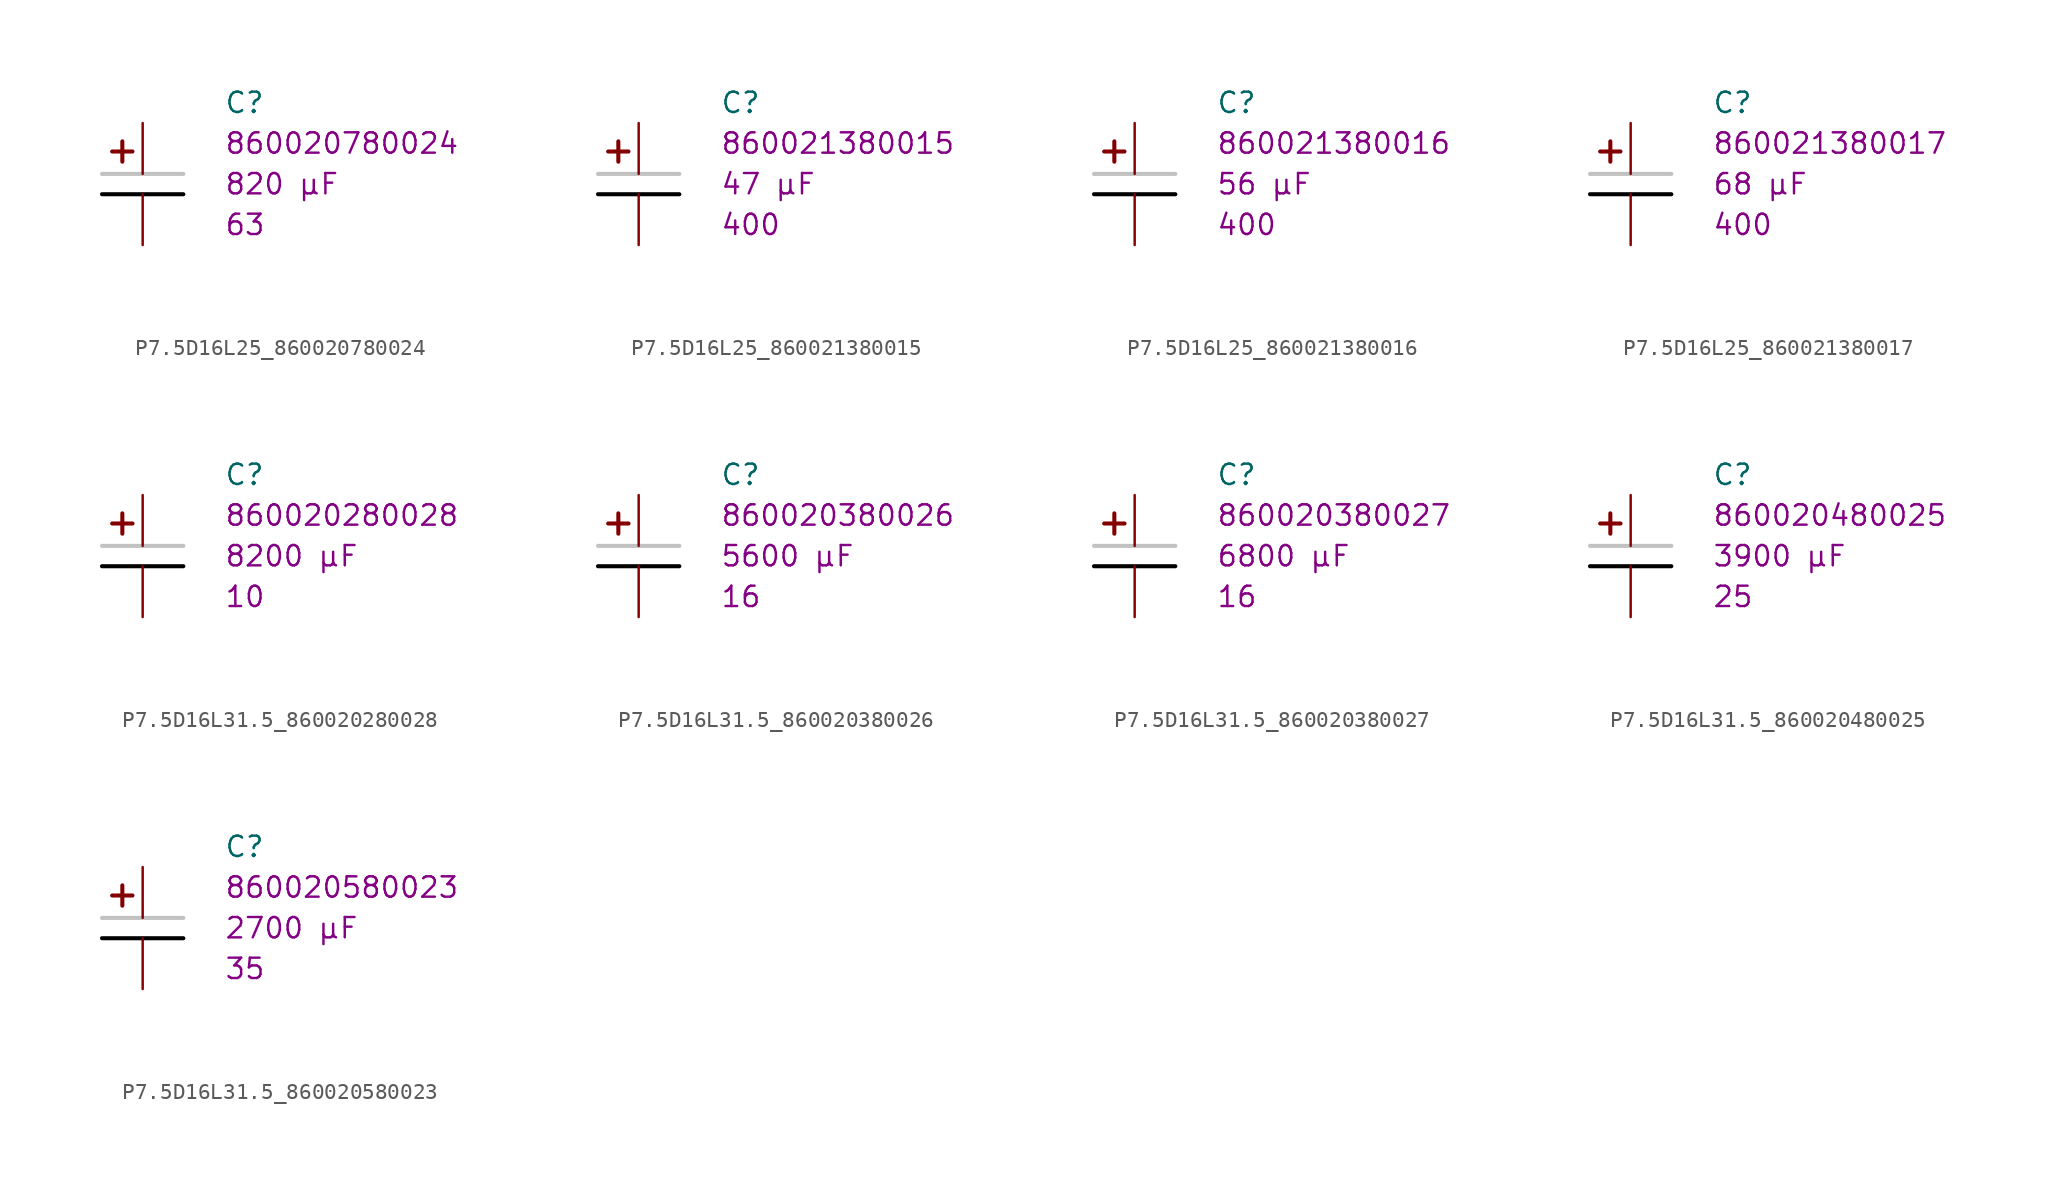
<source format=kicad_sym>
(kicad_symbol_lib
  (version 20220914)
  (generator kicad_symbol_editor)
  (symbol "P7.5D16L25_860020780024"
    (pin_numbers hide)
    (pin_names hide)
    (property "Reference" "C"
      (at 5.08 5.08 0)
      (effects (font (size 1.27 1.27)) (justify left)))
    (property "Part Number" "860020780024"
      (at 5.08 2.54 0)
      (effects (font (size 1.27 1.27)) (justify left)))
    (property "Capacitance" "820 µF"
      (at 5.08 0 0)
      (effects (font (size 1.27 1.27)) (justify left)))
    (property "Voltage" "63"
      (at 5.08 -2.54 0)
      (effects (font (size 1.27 1.27)) (justify left)))
    (property "Critical Parameter" ""
      (at 0 -7.62 0)
      (effects (font (size 1.27 1.27))))
    (symbol "P7.5D16L25_860020780024_1_1"
      (polyline (pts (xy -1.27 2.667) (xy -1.27 1.397)) (stroke (width 0.254) (type default)) (fill (type none)))
      (polyline (pts (xy -0.635 2.032) (xy -1.905 2.032)) (stroke (width 0.254) (type default)) (fill (type none)))
      (polyline (pts (xy 2.54 -0.635) (xy -2.54 -0.635)) (stroke (width 0.254) (type default) (color 0 0 0 1)) (fill (type none)))
      (polyline (pts (xy 2.54 0.635) (xy -2.54 0.635)) (stroke (width 0.254) (type default) (color 194 194 194 1)) (fill (type none)))
      (pin passive line (at 0 3.81 270) (length 3.175) (name "1" (effects (font (size 1.27 1.27)))) (number "1" (effects (font (size 1.27 1.27)))))
      (pin passive line (at 0 -3.81 90) (length 3.175) (name "2" (effects (font (size 1.27 1.27)))) (number "2" (effects (font (size 1.27 1.27)))))))
  (symbol "P7.5D16L25_860021380015"
    (pin_numbers hide)
    (pin_names hide)
    (property "Reference" "C"
      (at 5.08 5.08 0)
      (effects (font (size 1.27 1.27)) (justify left)))
    (property "Part Number" "860021380015"
      (at 5.08 2.54 0)
      (effects (font (size 1.27 1.27)) (justify left)))
    (property "Capacitance" "47 µF"
      (at 5.08 0 0)
      (effects (font (size 1.27 1.27)) (justify left)))
    (property "Voltage" "400"
      (at 5.08 -2.54 0)
      (effects (font (size 1.27 1.27)) (justify left)))
    (property "Critical Parameter" ""
      (at 0 -7.62 0)
      (effects (font (size 1.27 1.27))))
    (symbol "P7.5D16L25_860021380015_1_1"
      (polyline (pts (xy -1.27 2.667) (xy -1.27 1.397)) (stroke (width 0.254) (type default)) (fill (type none)))
      (polyline (pts (xy -0.635 2.032) (xy -1.905 2.032)) (stroke (width 0.254) (type default)) (fill (type none)))
      (polyline (pts (xy 2.54 -0.635) (xy -2.54 -0.635)) (stroke (width 0.254) (type default) (color 0 0 0 1)) (fill (type none)))
      (polyline (pts (xy 2.54 0.635) (xy -2.54 0.635)) (stroke (width 0.254) (type default) (color 194 194 194 1)) (fill (type none)))
      (pin passive line (at 0 3.81 270) (length 3.175) (name "1" (effects (font (size 1.27 1.27)))) (number "1" (effects (font (size 1.27 1.27)))))
      (pin passive line (at 0 -3.81 90) (length 3.175) (name "2" (effects (font (size 1.27 1.27)))) (number "2" (effects (font (size 1.27 1.27)))))))
  (symbol "P7.5D16L25_860021380016"
    (pin_numbers hide)
    (pin_names hide)
    (property "Reference" "C"
      (at 5.08 5.08 0)
      (effects (font (size 1.27 1.27)) (justify left)))
    (property "Part Number" "860021380016"
      (at 5.08 2.54 0)
      (effects (font (size 1.27 1.27)) (justify left)))
    (property "Capacitance" "56 µF"
      (at 5.08 0 0)
      (effects (font (size 1.27 1.27)) (justify left)))
    (property "Voltage" "400"
      (at 5.08 -2.54 0)
      (effects (font (size 1.27 1.27)) (justify left)))
    (property "Critical Parameter" ""
      (at 0 -7.62 0)
      (effects (font (size 1.27 1.27))))
    (symbol "P7.5D16L25_860021380016_1_1"
      (polyline (pts (xy -1.27 2.667) (xy -1.27 1.397)) (stroke (width 0.254) (type default)) (fill (type none)))
      (polyline (pts (xy -0.635 2.032) (xy -1.905 2.032)) (stroke (width 0.254) (type default)) (fill (type none)))
      (polyline (pts (xy 2.54 -0.635) (xy -2.54 -0.635)) (stroke (width 0.254) (type default) (color 0 0 0 1)) (fill (type none)))
      (polyline (pts (xy 2.54 0.635) (xy -2.54 0.635)) (stroke (width 0.254) (type default) (color 194 194 194 1)) (fill (type none)))
      (pin passive line (at 0 3.81 270) (length 3.175) (name "1" (effects (font (size 1.27 1.27)))) (number "1" (effects (font (size 1.27 1.27)))))
      (pin passive line (at 0 -3.81 90) (length 3.175) (name "2" (effects (font (size 1.27 1.27)))) (number "2" (effects (font (size 1.27 1.27)))))))
  (symbol "P7.5D16L25_860021380017"
    (pin_numbers hide)
    (pin_names hide)
    (property "Reference" "C"
      (at 5.08 5.08 0)
      (effects (font (size 1.27 1.27)) (justify left)))
    (property "Part Number" "860021380017"
      (at 5.08 2.54 0)
      (effects (font (size 1.27 1.27)) (justify left)))
    (property "Capacitance" "68 µF"
      (at 5.08 0 0)
      (effects (font (size 1.27 1.27)) (justify left)))
    (property "Voltage" "400"
      (at 5.08 -2.54 0)
      (effects (font (size 1.27 1.27)) (justify left)))
    (property "Critical Parameter" ""
      (at 0 -7.62 0)
      (effects (font (size 1.27 1.27))))
    (symbol "P7.5D16L25_860021380017_1_1"
      (polyline (pts (xy -1.27 2.667) (xy -1.27 1.397)) (stroke (width 0.254) (type default)) (fill (type none)))
      (polyline (pts (xy -0.635 2.032) (xy -1.905 2.032)) (stroke (width 0.254) (type default)) (fill (type none)))
      (polyline (pts (xy 2.54 -0.635) (xy -2.54 -0.635)) (stroke (width 0.254) (type default) (color 0 0 0 1)) (fill (type none)))
      (polyline (pts (xy 2.54 0.635) (xy -2.54 0.635)) (stroke (width 0.254) (type default) (color 194 194 194 1)) (fill (type none)))
      (pin passive line (at 0 3.81 270) (length 3.175) (name "1" (effects (font (size 1.27 1.27)))) (number "1" (effects (font (size 1.27 1.27)))))
      (pin passive line (at 0 -3.81 90) (length 3.175) (name "2" (effects (font (size 1.27 1.27)))) (number "2" (effects (font (size 1.27 1.27)))))))
  (symbol "P7.5D16L31.5_860020280028"
    (pin_numbers hide)
    (pin_names hide)
    (property "Reference" "C"
      (at 5.08 5.08 0)
      (effects (font (size 1.27 1.27)) (justify left)))
    (property "Part Number" "860020280028"
      (at 5.08 2.54 0)
      (effects (font (size 1.27 1.27)) (justify left)))
    (property "Capacitance" "8200 µF"
      (at 5.08 0 0)
      (effects (font (size 1.27 1.27)) (justify left)))
    (property "Voltage" "10"
      (at 5.08 -2.54 0)
      (effects (font (size 1.27 1.27)) (justify left)))
    (property "Critical Parameter" ""
      (at 0 -7.62 0)
      (effects (font (size 1.27 1.27))))
    (symbol "P7.5D16L31.5_860020280028_1_1"
      (polyline (pts (xy -1.27 2.667) (xy -1.27 1.397)) (stroke (width 0.254) (type default)) (fill (type none)))
      (polyline (pts (xy -0.635 2.032) (xy -1.905 2.032)) (stroke (width 0.254) (type default)) (fill (type none)))
      (polyline (pts (xy 2.54 -0.635) (xy -2.54 -0.635)) (stroke (width 0.254) (type default) (color 0 0 0 1)) (fill (type none)))
      (polyline (pts (xy 2.54 0.635) (xy -2.54 0.635)) (stroke (width 0.254) (type default) (color 194 194 194 1)) (fill (type none)))
      (pin passive line (at 0 3.81 270) (length 3.175) (name "1" (effects (font (size 1.27 1.27)))) (number "1" (effects (font (size 1.27 1.27)))))
      (pin passive line (at 0 -3.81 90) (length 3.175) (name "2" (effects (font (size 1.27 1.27)))) (number "2" (effects (font (size 1.27 1.27)))))))
  (symbol "P7.5D16L31.5_860020380026"
    (pin_numbers hide)
    (pin_names hide)
    (property "Reference" "C"
      (at 5.08 5.08 0)
      (effects (font (size 1.27 1.27)) (justify left)))
    (property "Part Number" "860020380026"
      (at 5.08 2.54 0)
      (effects (font (size 1.27 1.27)) (justify left)))
    (property "Capacitance" "5600 µF"
      (at 5.08 0 0)
      (effects (font (size 1.27 1.27)) (justify left)))
    (property "Voltage" "16"
      (at 5.08 -2.54 0)
      (effects (font (size 1.27 1.27)) (justify left)))
    (property "Critical Parameter" ""
      (at 0 -7.62 0)
      (effects (font (size 1.27 1.27))))
    (symbol "P7.5D16L31.5_860020380026_1_1"
      (polyline (pts (xy -1.27 2.667) (xy -1.27 1.397)) (stroke (width 0.254) (type default)) (fill (type none)))
      (polyline (pts (xy -0.635 2.032) (xy -1.905 2.032)) (stroke (width 0.254) (type default)) (fill (type none)))
      (polyline (pts (xy 2.54 -0.635) (xy -2.54 -0.635)) (stroke (width 0.254) (type default) (color 0 0 0 1)) (fill (type none)))
      (polyline (pts (xy 2.54 0.635) (xy -2.54 0.635)) (stroke (width 0.254) (type default) (color 194 194 194 1)) (fill (type none)))
      (pin passive line (at 0 3.81 270) (length 3.175) (name "1" (effects (font (size 1.27 1.27)))) (number "1" (effects (font (size 1.27 1.27)))))
      (pin passive line (at 0 -3.81 90) (length 3.175) (name "2" (effects (font (size 1.27 1.27)))) (number "2" (effects (font (size 1.27 1.27)))))))
  (symbol "P7.5D16L31.5_860020380027"
    (pin_numbers hide)
    (pin_names hide)
    (property "Reference" "C"
      (at 5.08 5.08 0)
      (effects (font (size 1.27 1.27)) (justify left)))
    (property "Part Number" "860020380027"
      (at 5.08 2.54 0)
      (effects (font (size 1.27 1.27)) (justify left)))
    (property "Capacitance" "6800 µF"
      (at 5.08 0 0)
      (effects (font (size 1.27 1.27)) (justify left)))
    (property "Voltage" "16"
      (at 5.08 -2.54 0)
      (effects (font (size 1.27 1.27)) (justify left)))
    (property "Critical Parameter" ""
      (at 0 -7.62 0)
      (effects (font (size 1.27 1.27))))
    (symbol "P7.5D16L31.5_860020380027_1_1"
      (polyline (pts (xy -1.27 2.667) (xy -1.27 1.397)) (stroke (width 0.254) (type default)) (fill (type none)))
      (polyline (pts (xy -0.635 2.032) (xy -1.905 2.032)) (stroke (width 0.254) (type default)) (fill (type none)))
      (polyline (pts (xy 2.54 -0.635) (xy -2.54 -0.635)) (stroke (width 0.254) (type default) (color 0 0 0 1)) (fill (type none)))
      (polyline (pts (xy 2.54 0.635) (xy -2.54 0.635)) (stroke (width 0.254) (type default) (color 194 194 194 1)) (fill (type none)))
      (pin passive line (at 0 3.81 270) (length 3.175) (name "1" (effects (font (size 1.27 1.27)))) (number "1" (effects (font (size 1.27 1.27)))))
      (pin passive line (at 0 -3.81 90) (length 3.175) (name "2" (effects (font (size 1.27 1.27)))) (number "2" (effects (font (size 1.27 1.27)))))))
  (symbol "P7.5D16L31.5_860020480025"
    (pin_numbers hide)
    (pin_names hide)
    (property "Reference" "C"
      (at 5.08 5.08 0)
      (effects (font (size 1.27 1.27)) (justify left)))
    (property "Part Number" "860020480025"
      (at 5.08 2.54 0)
      (effects (font (size 1.27 1.27)) (justify left)))
    (property "Capacitance" "3900 µF"
      (at 5.08 0 0)
      (effects (font (size 1.27 1.27)) (justify left)))
    (property "Voltage" "25"
      (at 5.08 -2.54 0)
      (effects (font (size 1.27 1.27)) (justify left)))
    (property "Critical Parameter" ""
      (at 0 -7.62 0)
      (effects (font (size 1.27 1.27))))
    (symbol "P7.5D16L31.5_860020480025_1_1"
      (polyline (pts (xy -1.27 2.667) (xy -1.27 1.397)) (stroke (width 0.254) (type default)) (fill (type none)))
      (polyline (pts (xy -0.635 2.032) (xy -1.905 2.032)) (stroke (width 0.254) (type default)) (fill (type none)))
      (polyline (pts (xy 2.54 -0.635) (xy -2.54 -0.635)) (stroke (width 0.254) (type default) (color 0 0 0 1)) (fill (type none)))
      (polyline (pts (xy 2.54 0.635) (xy -2.54 0.635)) (stroke (width 0.254) (type default) (color 194 194 194 1)) (fill (type none)))
      (pin passive line (at 0 3.81 270) (length 3.175) (name "1" (effects (font (size 1.27 1.27)))) (number "1" (effects (font (size 1.27 1.27)))))
      (pin passive line (at 0 -3.81 90) (length 3.175) (name "2" (effects (font (size 1.27 1.27)))) (number "2" (effects (font (size 1.27 1.27)))))))
  (symbol "P7.5D16L31.5_860020580023"
    (pin_numbers hide)
    (pin_names hide)
    (property "Reference" "C"
      (at 5.08 5.08 0)
      (effects (font (size 1.27 1.27)) (justify left)))
    (property "Part Number" "860020580023"
      (at 5.08 2.54 0)
      (effects (font (size 1.27 1.27)) (justify left)))
    (property "Capacitance" "2700 µF"
      (at 5.08 0 0)
      (effects (font (size 1.27 1.27)) (justify left)))
    (property "Voltage" "35"
      (at 5.08 -2.54 0)
      (effects (font (size 1.27 1.27)) (justify left)))
    (property "Critical Parameter" ""
      (at 0 -7.62 0)
      (effects (font (size 1.27 1.27))))
    (symbol "P7.5D16L31.5_860020580023_1_1"
      (polyline (pts (xy -1.27 2.667) (xy -1.27 1.397)) (stroke (width 0.254) (type default)) (fill (type none)))
      (polyline (pts (xy -0.635 2.032) (xy -1.905 2.032)) (stroke (width 0.254) (type default)) (fill (type none)))
      (polyline (pts (xy 2.54 -0.635) (xy -2.54 -0.635)) (stroke (width 0.254) (type default) (color 0 0 0 1)) (fill (type none)))
      (polyline (pts (xy 2.54 0.635) (xy -2.54 0.635)) (stroke (width 0.254) (type default) (color 194 194 194 1)) (fill (type none)))
      (pin passive line (at 0 3.81 270) (length 3.175) (name "1" (effects (font (size 1.27 1.27)))) (number "1" (effects (font (size 1.27 1.27)))))
      (pin passive line (at 0 -3.81 90) (length 3.175) (name "2" (effects (font (size 1.27 1.27)))) (number "2" (effects (font (size 1.27 1.27))))))))
</source>
